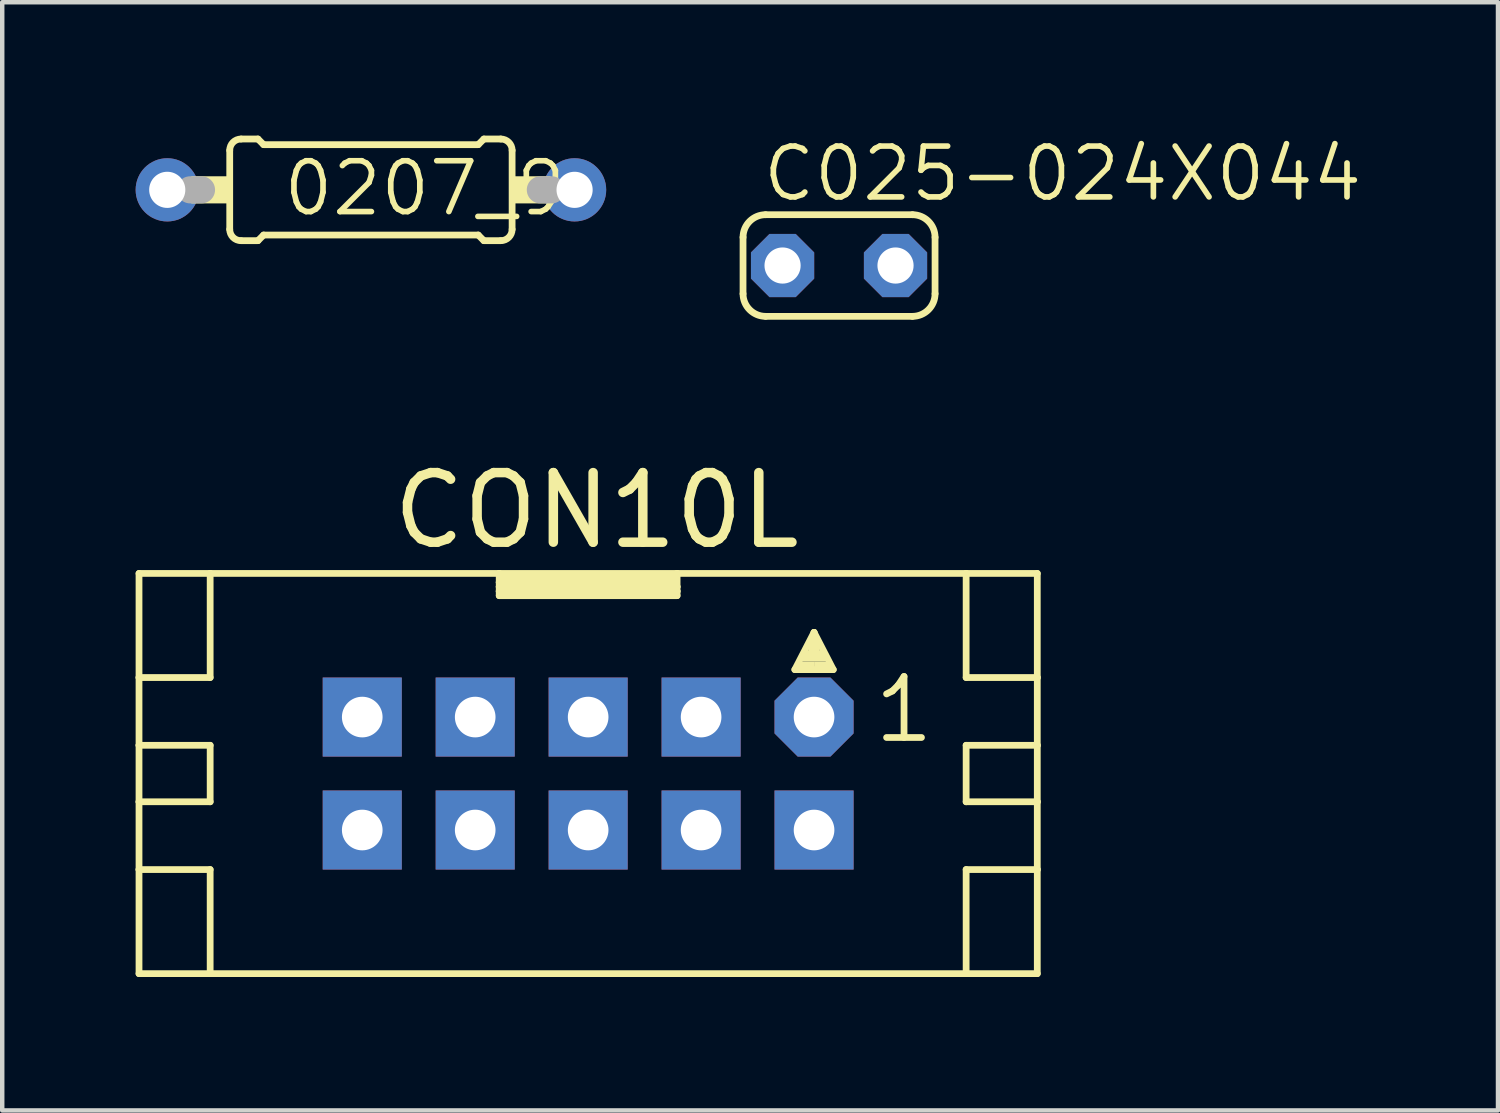
<source format=kicad_pcb>
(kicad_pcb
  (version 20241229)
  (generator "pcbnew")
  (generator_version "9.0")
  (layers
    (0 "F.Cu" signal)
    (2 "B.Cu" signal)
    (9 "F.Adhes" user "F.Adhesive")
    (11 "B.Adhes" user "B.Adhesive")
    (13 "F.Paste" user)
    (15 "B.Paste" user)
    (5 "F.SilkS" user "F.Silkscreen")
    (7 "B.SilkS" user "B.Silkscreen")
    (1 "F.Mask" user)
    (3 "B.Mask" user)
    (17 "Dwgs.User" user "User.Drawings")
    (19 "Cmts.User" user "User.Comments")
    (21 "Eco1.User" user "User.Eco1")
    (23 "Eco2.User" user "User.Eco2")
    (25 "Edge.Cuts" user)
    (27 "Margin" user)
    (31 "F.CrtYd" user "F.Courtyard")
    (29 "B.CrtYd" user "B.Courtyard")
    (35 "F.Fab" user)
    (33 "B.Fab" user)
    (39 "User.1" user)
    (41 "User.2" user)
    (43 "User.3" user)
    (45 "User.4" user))
  (footprint "CON10L"
    (layer "F.Cu")
    (at 10.176 14.345)
    (property "Reference" "CON10L" (at -4.5 -5 0) (layer "F.SilkS") (effects (font (size 1.565 1.565) (thickness 0.213)) (justify left bottom)))
    (fp_line (start -10.1 -4.5) (end -10.1 -2.159) (stroke (width 0.152) (type solid)) (layer "F.SilkS"))
    (fp_line (start -10.1 -2.159) (end -10.1 -0.635) (stroke (width 0.152) (type solid)) (layer "F.SilkS"))
    (fp_line (start -10.1 -2.159) (end -8.5 -2.159) (stroke (width 0.152) (type solid)) (layer "F.SilkS"))
    (fp_line (start -10.1 -0.635) (end -10.1 0.635) (stroke (width 0.152) (type solid)) (layer "F.SilkS"))
    (fp_line (start -10.1 -0.635) (end -8.5 -0.635) (stroke (width 0.152) (type solid)) (layer "F.SilkS"))
    (fp_line (start -10.1 0.635) (end -10.1 2.159) (stroke (width 0.152) (type solid)) (layer "F.SilkS"))
    (fp_line (start -10.1 0.635) (end -8.5 0.635) (stroke (width 0.152) (type solid)) (layer "F.SilkS"))
    (fp_line (start -10.1 2.159) (end -10.1 4.5) (stroke (width 0.152) (type solid)) (layer "F.SilkS"))
    (fp_line (start -10.1 2.159) (end -8.5 2.159) (stroke (width 0.152) (type solid)) (layer "F.SilkS"))
    (fp_line (start -10.1 4.5) (end -8.5 4.5) (stroke (width 0.152) (type solid)) (layer "F.SilkS"))
    (fp_line (start -8.5 -4.5) (end -10.1 -4.5) (stroke (width 0.152) (type solid)) (layer "F.SilkS"))
    (fp_line (start -8.5 -4.5) (end -8.5 -2.159) (stroke (width 0.152) (type solid)) (layer "F.SilkS"))
    (fp_line (start -8.5 -0.635) (end -8.5 0.635) (stroke (width 0.152) (type solid)) (layer "F.SilkS"))
    (fp_line (start -8.5 2.159) (end -8.5 4.5) (stroke (width 0.152) (type solid)) (layer "F.SilkS"))
    (fp_line (start -8.5 4.5) (end 8.5 4.5) (stroke (width 0.152) (type solid)) (layer "F.SilkS"))
    (fp_line (start -2 -4.5) (end -8.5 -4.5) (stroke (width 0.152) (type solid)) (layer "F.SilkS"))
    (fp_line (start -2 -4.5) (end -2 -4.3) (stroke (width 0.152) (type solid)) (layer "F.SilkS"))
    (fp_line (start -2 -4.3) (end -2 -4.2) (stroke (width 0.152) (type solid)) (layer "F.SilkS"))
    (fp_line (start -2 -4.3) (end 1.9 -4.3) (stroke (width 0.152) (type solid)) (layer "F.SilkS"))
    (fp_line (start -2 -4.2) (end -2 -4.1) (stroke (width 0.152) (type solid)) (layer "F.SilkS"))
    (fp_line (start -2 -4.2) (end 2 -4.2) (stroke (width 0.152) (type solid)) (layer "F.SilkS"))
    (fp_line (start -2 -4.1) (end -2 -4) (stroke (width 0.152) (type solid)) (layer "F.SilkS"))
    (fp_line (start -2 -4.1) (end 2 -4.1) (stroke (width 0.152) (type solid)) (layer "F.SilkS"))
    (fp_line (start -2 -4) (end 2 -4) (stroke (width 0.152) (type solid)) (layer "F.SilkS"))
    (fp_line (start 1.9 -4.4) (end -1.9 -4.4) (stroke (width 0.152) (type solid)) (layer "F.SilkS"))
    (fp_line (start 1.9 -4.3) (end 1.9 -4.4) (stroke (width 0.152) (type solid)) (layer "F.SilkS"))
    (fp_line (start 2 -4.5) (end -2 -4.5) (stroke (width 0.152) (type solid)) (layer "F.SilkS"))
    (fp_line (start 2 -4.2) (end 2 -4.5) (stroke (width 0.152) (type solid)) (layer "F.SilkS"))
    (fp_line (start 2 -4.1) (end 2 -4.2) (stroke (width 0.152) (type solid)) (layer "F.SilkS"))
    (fp_line (start 2 -4) (end 2 -4.1) (stroke (width 0.152) (type solid)) (layer "F.SilkS"))
    (fp_line (start 4.648 -2.337) (end 5.08 -3.175) (stroke (width 0.152) (type solid)) (layer "F.SilkS"))
    (fp_line (start 5.08 -3.175) (end 5.08 -2.921) (stroke (width 0.152) (type solid)) (layer "F.SilkS"))
    (fp_line (start 5.08 -3.175) (end 5.512 -2.337) (stroke (width 0.152) (type solid)) (layer "F.SilkS"))
    (fp_line (start 5.512 -2.337) (end 4.648 -2.337) (stroke (width 0.152) (type solid)) (layer "F.SilkS"))
    (fp_line (start 8.5 -4.5) (end 2 -4.5) (stroke (width 0.152) (type solid)) (layer "F.SilkS"))
    (fp_line (start 8.5 -4.5) (end 8.5 -2.159) (stroke (width 0.152) (type solid)) (layer "F.SilkS"))
    (fp_line (start 8.5 -2.159) (end 10.1 -2.159) (stroke (width 0.152) (type solid)) (layer "F.SilkS"))
    (fp_line (start 8.5 -0.635) (end 8.5 0.635) (stroke (width 0.152) (type solid)) (layer "F.SilkS"))
    (fp_line (start 8.5 -0.635) (end 10.1 -0.635) (stroke (width 0.152) (type solid)) (layer "F.SilkS"))
    (fp_line (start 8.5 0.635) (end 10.1 0.635) (stroke (width 0.152) (type solid)) (layer "F.SilkS"))
    (fp_line (start 8.5 2.159) (end 8.5 4.5) (stroke (width 0.152) (type solid)) (layer "F.SilkS"))
    (fp_line (start 8.5 2.159) (end 10.1 2.159) (stroke (width 0.152) (type solid)) (layer "F.SilkS"))
    (fp_line (start 8.5 4.5) (end 10.1 4.5) (stroke (width 0.152) (type solid)) (layer "F.SilkS"))
    (fp_line (start 10.1 -4.5) (end 8.5 -4.5) (stroke (width 0.152) (type solid)) (layer "F.SilkS"))
    (fp_line (start 10.1 -2.159) (end 10.1 -4.5) (stroke (width 0.152) (type solid)) (layer "F.SilkS"))
    (fp_line (start 10.1 -0.635) (end 10.1 -2.159) (stroke (width 0.152) (type solid)) (layer "F.SilkS"))
    (fp_line (start 10.1 0.635) (end 10.1 -0.635) (stroke (width 0.152) (type solid)) (layer "F.SilkS"))
    (fp_line (start 10.1 2.159) (end 10.1 0.635) (stroke (width 0.152) (type solid)) (layer "F.SilkS"))
    (fp_line (start 10.1 4.5) (end 10.1 2.159) (stroke (width 0.152) (type solid)) (layer "F.SilkS"))
    (fp_poly (pts (xy 4.699 -2.388) (xy 5.08 -2.388) (xy 5.08 -2.515) (xy 4.699 -2.515)) (stroke (width 0) (type solid)) (fill yes) (layer "F.SilkS"))
    (fp_poly (pts (xy 4.826 -2.515) (xy 5.334 -2.515) (xy 5.334 -2.769) (xy 4.826 -2.769)) (stroke (width 0) (type solid)) (fill yes) (layer "F.SilkS"))
    (fp_poly (pts (xy 4.953 -2.718) (xy 5.207 -2.718) (xy 5.207 -2.972) (xy 4.953 -2.972)) (stroke (width 0) (type solid)) (fill yes) (layer "F.SilkS"))
    (fp_poly (pts (xy 5.08 -2.388) (xy 5.461 -2.388) (xy 5.461 -2.515) (xy 5.08 -2.515)) (stroke (width 0) (type solid)) (fill yes) (layer "F.SilkS"))
    (fp_text user "1" (at 6.35 -0.635 0) (layer "F.SilkS") (effects (font (size 1.372 1.372) (thickness 0.152)) (justify left bottom)))
    (pad "1" thru_hole roundrect (at 5.08 -1.27 90) (size 1.778 1.778) (drill 0.914) (layers "*.Cu" "*.Mask") (roundrect_rratio 0.25) (chamfer_ratio 0.293) (chamfer top_left top_right bottom_left bottom_right))
    (pad "2" thru_hole rect (at 5.08 1.27 90) (size 1.778 1.778) (drill 0.914) (layers "*.Cu" "*.Mask"))
    (pad "3" thru_hole rect (at 2.54 -1.27 90) (size 1.778 1.778) (drill 0.914) (layers "*.Cu" "*.Mask"))
    (pad "4" thru_hole rect (at 2.54 1.27 90) (size 1.778 1.778) (drill 0.914) (layers "*.Cu" "*.Mask"))
    (pad "5" thru_hole rect (at 0 -1.27 90) (size 1.778 1.778) (drill 0.914) (layers "*.Cu" "*.Mask"))
    (pad "6" thru_hole rect (at 0 1.27 90) (size 1.778 1.778) (drill 0.914) (layers "*.Cu" "*.Mask"))
    (pad "7" thru_hole rect (at -2.54 -1.27 90) (size 1.778 1.778) (drill 0.914) (layers "*.Cu" "*.Mask"))
    (pad "8" thru_hole rect (at -2.54 1.27 270) (size 1.778 1.778) (drill 0.914) (layers "*.Cu" "*.Mask"))
    (pad "9" thru_hole rect (at -5.08 -1.27 90) (size 1.778 1.778) (drill 0.914) (layers "*.Cu" "*.Mask"))
    (pad "10" thru_hole rect (at -5.08 1.27 270) (size 1.778 1.778) (drill 0.914) (layers "*.Cu" "*.Mask")))
  (footprint "C025-024X044"
    (layer "F.Cu")
    (at 15.818 2.921)
    (property "Reference" "C025-024X044" (at -1.778 -1.397 0) (layer "F.SilkS") (effects (font (size 1.143 1.143) (thickness 0.127)) (justify left bottom)))
    (fp_line (start -2.159 0.635) (end -2.159 -0.635) (stroke (width 0.152) (type solid)) (layer "F.SilkS"))
    (fp_line (start 1.651 -1.143) (end -1.651 -1.143) (stroke (width 0.152) (type solid)) (layer "F.SilkS"))
    (fp_line (start 1.651 1.143) (end -1.651 1.143) (stroke (width 0.152) (type solid)) (layer "F.SilkS"))
    (fp_line (start 2.159 0.635) (end 2.159 -0.635) (stroke (width 0.152) (type solid)) (layer "F.SilkS"))
    (fp_arc (start -2.159 -0.635) (mid -2.01021 -0.99421) (end -1.651 -1.143) (stroke (width 0.1524) (type solid)) (layer "F.SilkS"))
    (fp_arc (start -1.651 1.143) (mid -2.01021 0.99421) (end -2.159 0.635) (stroke (width 0.1524) (type solid)) (layer "F.SilkS"))
    (fp_arc (start 1.651 -1.143) (mid 2.01021 -0.99421) (end 2.159 -0.635) (stroke (width 0.1524) (type solid)) (layer "F.SilkS"))
    (fp_arc (start 2.159 0.635) (mid 2.01021 0.99421) (end 1.651 1.143) (stroke (width 0.1524) (type solid)) (layer "F.SilkS"))
    (pad "1" thru_hole roundrect (at -1.27 0) (size 1.422 1.422) (drill 0.813) (layers "*.Cu" "*.Mask") (roundrect_rratio 0.25) (chamfer_ratio 0.293) (chamfer top_left top_right bottom_left bottom_right))
    (pad "2" thru_hole roundrect (at 1.27 0) (size 1.422 1.422) (drill 0.813) (layers "*.Cu" "*.Mask") (roundrect_rratio 0.25) (chamfer_ratio 0.293) (chamfer top_left top_right bottom_left bottom_right)))
  (footprint "0207_9"
    (layer "F.Cu")
    (at 5.291 1.219)
    (property "Reference" "0207_9" (at -2.032 0.635 0) (layer "F.SilkS") (effects (font (size 1.143 1.143) (thickness 0.127)) (justify left bottom)))
    (fp_line (start -3.175 0.889) (end -3.175 -0.889) (stroke (width 0.152) (type solid)) (layer "F.SilkS"))
    (fp_line (start -2.921 -1.143) (end -2.54 -1.143) (stroke (width 0.152) (type solid)) (layer "F.SilkS"))
    (fp_line (start -2.921 1.143) (end -2.54 1.143) (stroke (width 0.152) (type solid)) (layer "F.SilkS"))
    (fp_line (start -2.413 -1.016) (end -2.54 -1.143) (stroke (width 0.152) (type solid)) (layer "F.SilkS"))
    (fp_line (start -2.413 1.016) (end -2.54 1.143) (stroke (width 0.152) (type solid)) (layer "F.SilkS"))
    (fp_line (start 2.413 -1.016) (end -2.413 -1.016) (stroke (width 0.152) (type solid)) (layer "F.SilkS"))
    (fp_line (start 2.413 -1.016) (end 2.54 -1.143) (stroke (width 0.152) (type solid)) (layer "F.SilkS"))
    (fp_line (start 2.413 1.016) (end -2.413 1.016) (stroke (width 0.152) (type solid)) (layer "F.SilkS"))
    (fp_line (start 2.413 1.016) (end 2.54 1.143) (stroke (width 0.152) (type solid)) (layer "F.SilkS"))
    (fp_line (start 2.921 -1.143) (end 2.54 -1.143) (stroke (width 0.152) (type solid)) (layer "F.SilkS"))
    (fp_line (start 2.921 1.143) (end 2.54 1.143) (stroke (width 0.152) (type solid)) (layer "F.SilkS"))
    (fp_line (start 3.175 0.889) (end 3.175 -0.889) (stroke (width 0.152) (type solid)) (layer "F.SilkS"))
    (fp_arc (start -3.175 -0.889) (mid -3.100605 -1.068605) (end -2.921 -1.143) (stroke (width 0.1524) (type solid)) (layer "F.SilkS"))
    (fp_arc (start -2.921 1.143) (mid -3.100605 1.068605) (end -3.175 0.889) (stroke (width 0.1524) (type solid)) (layer "F.SilkS"))
    (fp_arc (start 2.921 -1.143) (mid 3.100605 -1.068605) (end 3.175 -0.889) (stroke (width 0.1524) (type solid)) (layer "F.SilkS"))
    (fp_arc (start 3.175 0.889) (mid 3.100605 1.068605) (end 2.921 1.143) (stroke (width 0.1524) (type solid)) (layer "F.SilkS"))
    (fp_poly (pts (xy -4.039 0.305) (xy -3.175 0.305) (xy -3.175 -0.305) (xy -4.039 -0.305)) (stroke (width 0) (type solid)) (fill yes) (layer "F.SilkS"))
    (fp_poly (pts (xy 3.175 0.305) (xy 4.039 0.305) (xy 4.039 -0.305) (xy 3.175 -0.305)) (stroke (width 0) (type solid)) (fill yes) (layer "F.SilkS"))
    (fp_line (start -3.81 0) (end -4.064 0) (stroke (width 0.61) (type solid)) (layer "F.Fab"))
    (fp_line (start 3.81 0) (end 4.064 0) (stroke (width 0.61) (type solid)) (layer "F.Fab"))
    (pad "1" thru_hole circle (at -4.58 0) (size 1.422 1.422) (drill 0.813) (layers "*.Cu" "*.Mask"))
    (pad "2" thru_hole circle (at 4.58 0) (size 1.422 1.422) (drill 0.813) (layers "*.Cu" "*.Mask")))
  (gr_rect
    (start -3 -3)
    (end 30.636 21.921)
    (stroke (width 0.1) (type default))
    (fill no)
    (layer "Edge.Cuts")))
</source>
